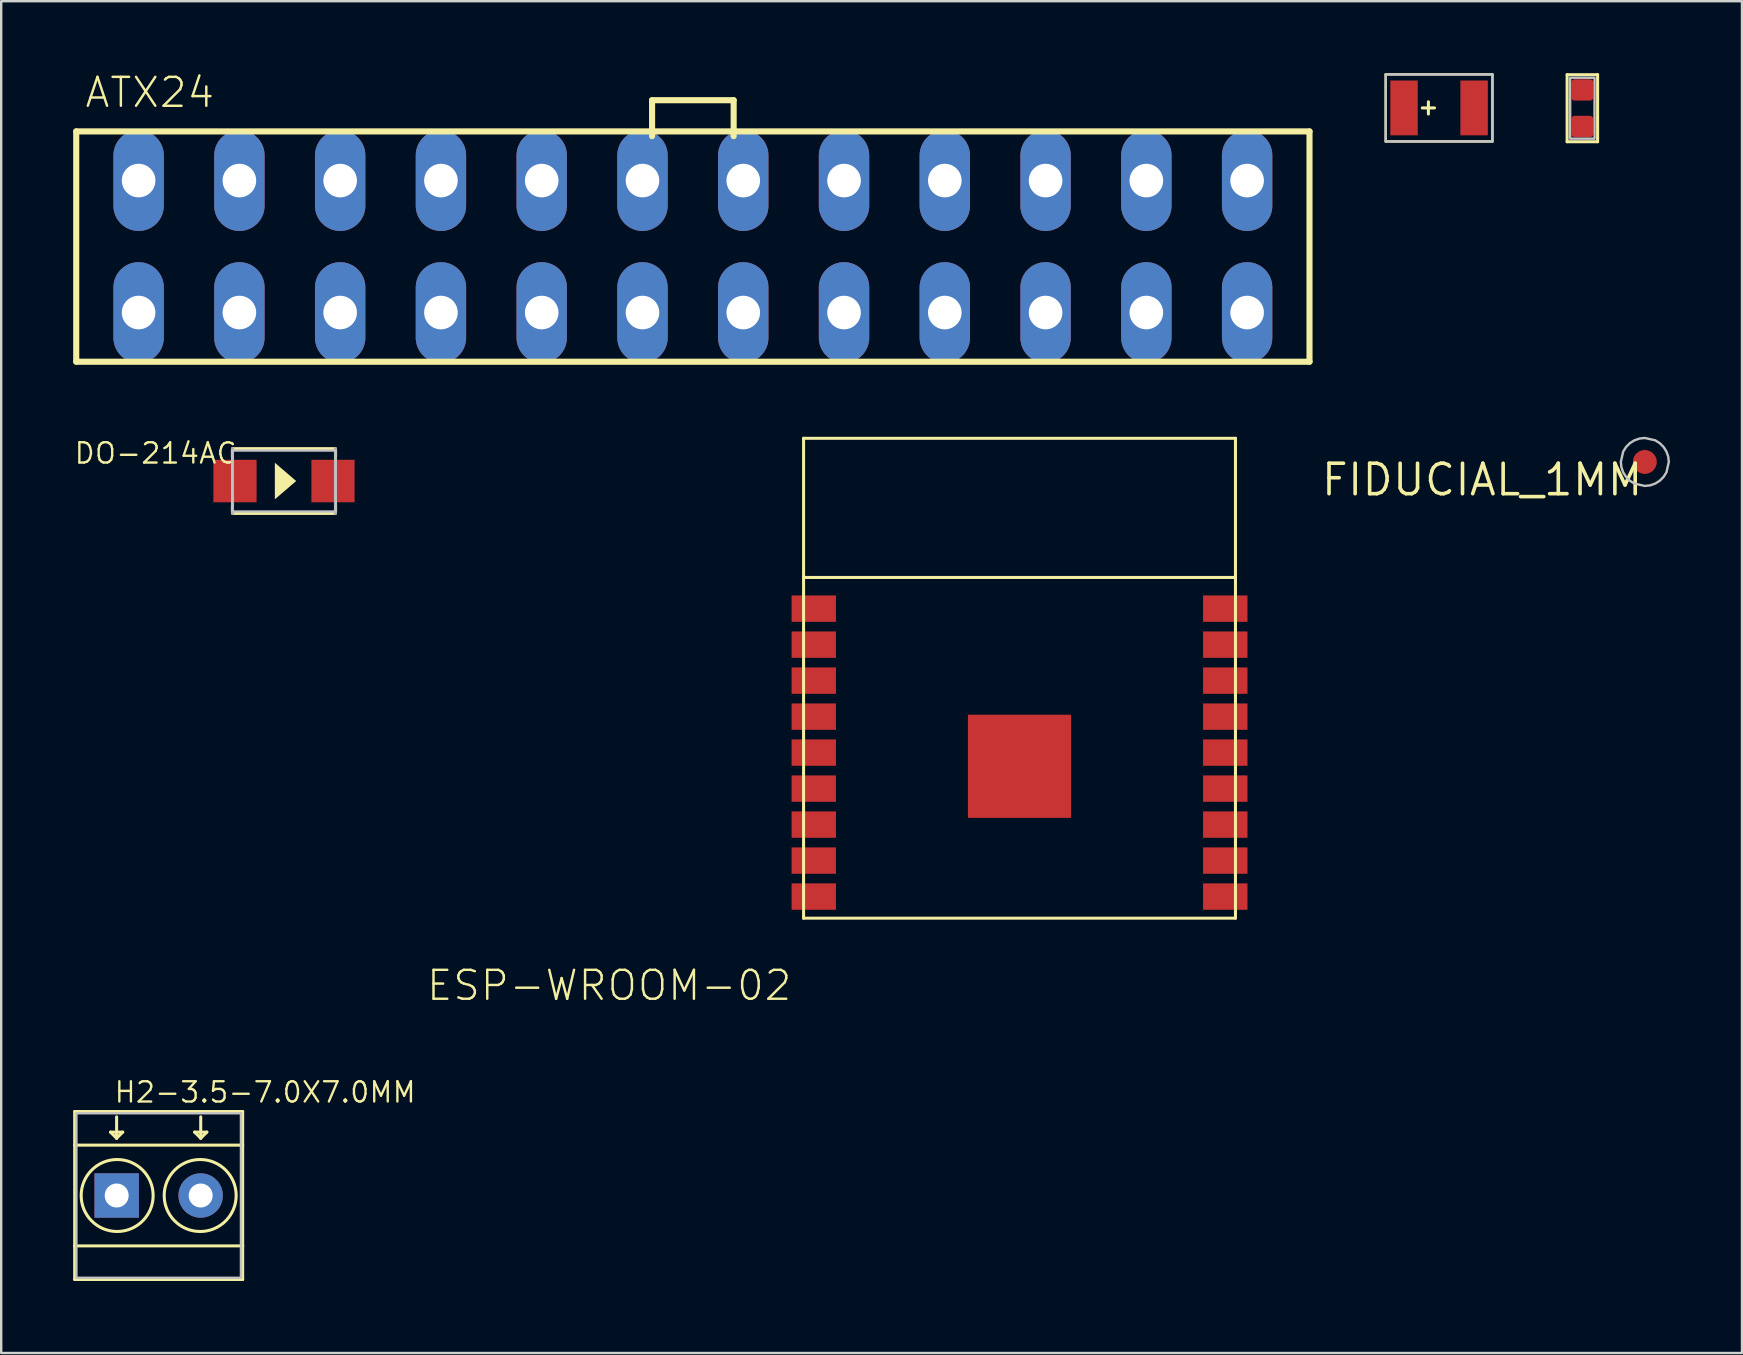
<source format=kicad_pcb>
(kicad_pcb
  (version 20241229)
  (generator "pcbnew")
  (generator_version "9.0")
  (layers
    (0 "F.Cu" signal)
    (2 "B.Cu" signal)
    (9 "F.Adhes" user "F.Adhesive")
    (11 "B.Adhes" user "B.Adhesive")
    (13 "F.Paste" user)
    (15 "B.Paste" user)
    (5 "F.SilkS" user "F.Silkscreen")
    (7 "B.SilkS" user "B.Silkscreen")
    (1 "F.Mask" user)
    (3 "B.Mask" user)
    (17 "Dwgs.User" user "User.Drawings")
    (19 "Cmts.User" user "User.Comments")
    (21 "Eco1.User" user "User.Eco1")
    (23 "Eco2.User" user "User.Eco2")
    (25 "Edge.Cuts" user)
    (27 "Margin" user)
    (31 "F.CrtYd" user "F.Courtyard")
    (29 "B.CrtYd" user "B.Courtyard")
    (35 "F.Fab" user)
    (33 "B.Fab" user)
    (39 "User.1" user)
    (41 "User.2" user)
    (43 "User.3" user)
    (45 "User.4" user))
  (footprint "AVX-B"
    (layer "F.Cu")
    (at 56.927 1.448)
    (property "Reference" "AVX-B" (at -0.635 0 180) (layer "F.Mask") (effects (font (size 0.386 0.386) (thickness 0.039)) (justify left bottom)))
    (attr through_hole)
    (fp_line (start -2.223 -1.397) (end 2.223 -1.397) (stroke (width 0.102) (type solid)) (layer "F.SilkS"))
    (fp_line (start -2.223 1.397) (end -2.223 -1.397) (stroke (width 0.102) (type solid)) (layer "F.SilkS"))
    (fp_line (start -0.699 0) (end -0.191 0) (stroke (width 0.127) (type solid)) (layer "F.SilkS"))
    (fp_line (start -0.445 0.254) (end -0.445 -0.254) (stroke (width 0.127) (type solid)) (layer "F.SilkS"))
    (fp_line (start 2.223 -1.397) (end 2.223 1.397) (stroke (width 0.102) (type solid)) (layer "F.SilkS"))
    (fp_line (start 2.223 1.397) (end -2.223 1.397) (stroke (width 0.102) (type solid)) (layer "F.SilkS"))
    (fp_poly (pts (xy -2.223 1.397) (xy 2.223 1.397) (xy 2.223 -1.397) (xy -2.223 -1.397)) (stroke (width 0.1) (type solid)) (fill no) (layer "Dwgs.User"))
    (pad "+" smd rect (at -1.46 0) (size 1.143 2.286) (layers "F.Cu" "F.Mask" "F.Paste"))
    (pad "-" smd rect (at 1.46 0 180) (size 1.143 2.286) (layers "F.Cu" "F.Mask" "F.Paste")))
  (footprint "ESP-WROOM-02"
    (layer "F.Cu")
    (at 39.441 35.217)
    (property "Reference" "ESP-WROOM-02" (at -9.425 2.1 0) (layer "F.SilkS") (effects (font (size 1.206 1.206) (thickness 0.102)) (justify right top)))
    (attr through_hole)
    (fp_line (start -9 -20) (end -9 -14.2) (stroke (width 0.127) (type solid)) (layer "F.SilkS"))
    (fp_line (start -9 -14.2) (end -9 0) (stroke (width 0.127) (type solid)) (layer "F.SilkS"))
    (fp_line (start -9 -14.2) (end 9 -14.2) (stroke (width 0.127) (type solid)) (layer "F.SilkS"))
    (fp_line (start -9 0) (end 9 0) (stroke (width 0.127) (type solid)) (layer "F.SilkS"))
    (fp_line (start 9 -20) (end -9 -20) (stroke (width 0.127) (type solid)) (layer "F.SilkS"))
    (fp_line (start 9 -14.2) (end 9 -20) (stroke (width 0.127) (type solid)) (layer "F.SilkS"))
    (fp_line (start 9 0) (end 9 -14.2) (stroke (width 0.127) (type solid)) (layer "F.SilkS"))
    (pad "P$1" smd rect (at -8.575 -12.9) (size 1.85 1.1) (layers "F.Cu" "F.Mask" "F.Paste"))
    (pad "P$2" smd rect (at -8.575 -11.4) (size 1.85 1.1) (layers "F.Cu" "F.Mask" "F.Paste"))
    (pad "P$3" smd rect (at -8.575 -9.9) (size 1.85 1.1) (layers "F.Cu" "F.Mask" "F.Paste"))
    (pad "P$4" smd rect (at -8.575 -8.4) (size 1.85 1.1) (layers "F.Cu" "F.Mask" "F.Paste"))
    (pad "P$5" smd rect (at -8.575 -6.9) (size 1.85 1.1) (layers "F.Cu" "F.Mask" "F.Paste"))
    (pad "P$6" smd rect (at -8.575 -5.4) (size 1.85 1.1) (layers "F.Cu" "F.Mask" "F.Paste"))
    (pad "P$7" smd rect (at -8.575 -3.9) (size 1.85 1.1) (layers "F.Cu" "F.Mask" "F.Paste"))
    (pad "P$8" smd rect (at -8.575 -2.4) (size 1.85 1.1) (layers "F.Cu" "F.Mask" "F.Paste"))
    (pad "P$9" smd rect (at -8.575 -0.9) (size 1.85 1.1) (layers "F.Cu" "F.Mask" "F.Paste"))
    (pad "P$10" smd rect (at 8.575 -0.9) (size 1.85 1.1) (layers "F.Cu" "F.Mask" "F.Paste"))
    (pad "P$11" smd rect (at 8.575 -2.4) (size 1.85 1.1) (layers "F.Cu" "F.Mask" "F.Paste"))
    (pad "P$12" smd rect (at 8.575 -3.9) (size 1.85 1.1) (layers "F.Cu" "F.Mask" "F.Paste"))
    (pad "P$13" smd rect (at 8.575 -5.4) (size 1.85 1.1) (layers "F.Cu" "F.Mask" "F.Paste"))
    (pad "P$14" smd rect (at 8.575 -6.9) (size 1.85 1.1) (layers "F.Cu" "F.Mask" "F.Paste"))
    (pad "P$15" smd rect (at 8.575 -8.4) (size 1.85 1.1) (layers "F.Cu" "F.Mask" "F.Paste"))
    (pad "P$16" smd rect (at 8.575 -9.9) (size 1.85 1.1) (layers "F.Cu" "F.Mask" "F.Paste"))
    (pad "P$17" smd rect (at 8.575 -11.4) (size 1.85 1.1) (layers "F.Cu" "F.Mask" "F.Paste"))
    (pad "P$18" smd rect (at 8.575 -12.9) (size 1.85 1.1) (layers "F.Cu" "F.Mask" "F.Paste"))
    (pad "P$19" smd rect (at 0 -6.33) (size 4.3 4.3) (layers "F.Cu" "F.Mask" "F.Paste")))
  (footprint "C0603"
    (layer "F.Cu")
    (at 62.899 1.46)
    (property "Reference" "C0603" (at -0.254 -1.27 270) (layer "F.Mask") (effects (font (size 0.603 0.603) (thickness 0.06)) (justify right top)))
    (attr through_hole)
    (fp_line (start -0.635 -1.397) (end 0.635 -1.397) (stroke (width 0.127) (type solid)) (layer "F.SilkS"))
    (fp_line (start -0.635 1.397) (end -0.635 -1.397) (stroke (width 0.127) (type solid)) (layer "F.SilkS"))
    (fp_line (start 0.635 -1.397) (end 0.635 1.397) (stroke (width 0.127) (type solid)) (layer "F.SilkS"))
    (fp_line (start 0.635 1.397) (end -0.635 1.397) (stroke (width 0.127) (type solid)) (layer "F.SilkS"))
    (fp_poly (pts (xy -0.508 -1.27) (xy -0.508 1.27) (xy 0.508 1.27) (xy 0.508 -1.27)) (stroke (width 0.1) (type solid)) (fill no) (layer "Dwgs.User"))
    (pad "1" smd roundrect (at 0 -0.762 270) (size 0.889 0.889) (layers "F.Cu" "F.Mask" "F.Paste") (roundrect_rratio 0.125))
    (pad "2" smd roundrect (at 0 0.762 270) (size 0.889 0.889) (layers "F.Cu" "F.Mask" "F.Paste") (roundrect_rratio 0.125)))
  (footprint "FIDUCIAL_1MM"
    (layer "F.Cu")
    (at 65.502 16.203)
    (property "Reference" "FIDUCIAL_1MM" (at 0 0 0) (layer "F.SilkS") (effects (font (size 1.27 1.27) (thickness 0.15)) (justify right top)))
    (attr through_hole)
    (fp_poly (pts (xy -1 0) (xy -0.975 0.223) (xy -0.901 0.434) (xy -0.782 0.623) (xy -0.623 0.782) (xy -0.434 0.901) (xy 0 1) (xy 0.223 0.975) (xy 0.434 0.901) (xy 0.623 0.782) (xy 0.782 0.623) (xy 0.901 0.434) (xy 1 0) (xy 0.975 -0.223) (xy 0.901 -0.434) (xy 0.782 -0.623) (xy 0.623 -0.782) (xy 0.434 -0.901) (xy 0 -1) (xy -0.223 -0.975) (xy -0.434 -0.901) (xy -0.623 -0.782) (xy -0.782 -0.623) (xy -0.901 -0.434)) (stroke (width 0) (type solid)) (fill yes) (layer "F.Mask"))
    (fp_poly (pts (xy -1 0) (xy -0.975 0.223) (xy -0.901 0.434) (xy -0.782 0.623) (xy -0.623 0.782) (xy -0.434 0.901) (xy 0 1) (xy 0.223 0.975) (xy 0.434 0.901) (xy 0.623 0.782) (xy 0.782 0.623) (xy 0.901 0.434) (xy 1 0) (xy 0.975 -0.223) (xy 0.901 -0.434) (xy 0.782 -0.623) (xy 0.623 -0.782) (xy 0.434 -0.901) (xy 0 -1) (xy -0.223 -0.975) (xy -0.434 -0.901) (xy -0.623 -0.782) (xy -0.782 -0.623) (xy -0.901 -0.434)) (stroke (width 0.1) (type solid)) (fill no) (layer "Dwgs.User"))
    (pad "1" smd roundrect (at 0 0) (size 1 1) (layers "F.Cu" "F.Mask") (roundrect_rratio 0.5)))
  (footprint "H2-3.5-7.0X7.0MM"
    (layer "F.Cu")
    (at 3.563 46.776)
    (property "Reference" "H2-3.5-7.0X7.0MM" (at -1.905 -3.81 0) (layer "F.SilkS") (effects (font (size 0.845 0.845) (thickness 0.098)) (justify left bottom)))
    (attr through_hole)
    (fp_line (start -3.5 -3.5) (end 3.5 -3.5) (stroke (width 0.127) (type solid)) (layer "F.SilkS"))
    (fp_line (start -3.5 -2.1) (end -3.5 -3.5) (stroke (width 0.127) (type solid)) (layer "F.SilkS"))
    (fp_line (start -3.5 -2.1) (end 3.5 -2.1) (stroke (width 0.127) (type solid)) (layer "F.SilkS"))
    (fp_line (start -3.5 2.1) (end -3.5 -2.1) (stroke (width 0.127) (type solid)) (layer "F.SilkS"))
    (fp_line (start -3.5 2.1) (end 3.5 2.1) (stroke (width 0.127) (type solid)) (layer "F.SilkS"))
    (fp_line (start -3.5 3.5) (end -3.5 2.1) (stroke (width 0.127) (type solid)) (layer "F.SilkS"))
    (fp_line (start -2.007 -2.642) (end -1.753 -2.388) (stroke (width 0.127) (type solid)) (layer "F.SilkS"))
    (fp_line (start -1.753 -3.277) (end -1.753 -2.388) (stroke (width 0.127) (type solid)) (layer "F.SilkS"))
    (fp_line (start -1.753 -2.388) (end -1.499 -2.642) (stroke (width 0.127) (type solid)) (layer "F.SilkS"))
    (fp_line (start -1.499 -2.642) (end -2.007 -2.642) (stroke (width 0.127) (type solid)) (layer "F.SilkS"))
    (fp_line (start 1.499 -2.642) (end 1.753 -2.388) (stroke (width 0.127) (type solid)) (layer "F.SilkS"))
    (fp_line (start 1.753 -3.277) (end 1.753 -2.388) (stroke (width 0.127) (type solid)) (layer "F.SilkS"))
    (fp_line (start 1.753 -2.388) (end 2.007 -2.642) (stroke (width 0.127) (type solid)) (layer "F.SilkS"))
    (fp_line (start 2.007 -2.642) (end 1.499 -2.642) (stroke (width 0.127) (type solid)) (layer "F.SilkS"))
    (fp_line (start 3.5 -3.5) (end 3.5 -2.1) (stroke (width 0.127) (type solid)) (layer "F.SilkS"))
    (fp_line (start 3.5 -2.1) (end 3.5 2.1) (stroke (width 0.127) (type solid)) (layer "F.SilkS"))
    (fp_line (start 3.5 2.1) (end 3.5 3.5) (stroke (width 0.127) (type solid)) (layer "F.SilkS"))
    (fp_line (start 3.5 3.5) (end -3.5 3.5) (stroke (width 0.127) (type solid)) (layer "F.SilkS"))
    (fp_circle (center -1.73 0) (end -0.23 0) (stroke (width 0.127) (type solid)) (fill no) (layer "F.SilkS"))
    (fp_circle (center 1.73 0) (end 3.23 0) (stroke (width 0.127) (type solid)) (fill no) (layer "F.SilkS"))
    (fp_poly (pts (xy -3.429 3.429) (xy 3.429 3.429) (xy 3.429 -3.429) (xy -3.429 -3.429)) (stroke (width 0.1) (type solid)) (fill no) (layer "Dwgs.User"))
    (pad "1" thru_hole rect (at -1.75 0) (size 1.85 1.85) (drill 1) (layers "*.Cu" "*.Mask"))
    (pad "2" thru_hole circle (at 1.75 0) (size 1.85 1.85) (drill 1) (layers "*.Cu" "*.Mask")))
  (footprint "ATX24"
    (layer "F.Cu")
    (at 25.827 7.226)
    (property "Reference" "ATX24" (at -25.4 -5.715 0) (layer "F.SilkS") (effects (font (size 1.206 1.206) (thickness 0.102)) (justify left bottom)))
    (attr through_hole)
    (fp_line (start -25.7 -4.8) (end 25.7 -4.8) (stroke (width 0.254) (type solid)) (layer "F.SilkS"))
    (fp_line (start -25.7 4.8) (end -25.7 -4.8) (stroke (width 0.254) (type solid)) (layer "F.SilkS"))
    (fp_line (start -1.7 -6.1) (end -1.7 -4.6) (stroke (width 0.254) (type solid)) (layer "F.SilkS"))
    (fp_line (start -1.7 -6.1) (end 1.7 -6.1) (stroke (width 0.254) (type solid)) (layer "F.SilkS"))
    (fp_line (start 1.7 -6.1) (end 1.7 -4.6) (stroke (width 0.254) (type solid)) (layer "F.SilkS"))
    (fp_line (start 25.7 -4.8) (end 25.7 4.8) (stroke (width 0.254) (type solid)) (layer "F.SilkS"))
    (fp_line (start 25.7 4.8) (end -25.7 4.8) (stroke (width 0.254) (type solid)) (layer "F.SilkS"))
    (pad "1" thru_hole oval (at 23.1 2.75 90) (size 4.2 2.1) (drill 1.4) (layers "*.Cu" "*.Mask"))
    (pad "2" thru_hole oval (at 18.9 2.75 90) (size 4.2 2.1) (drill 1.4) (layers "*.Cu" "*.Mask"))
    (pad "3" thru_hole oval (at 14.7 2.75 90) (size 4.2 2.1) (drill 1.4) (layers "*.Cu" "*.Mask"))
    (pad "4" thru_hole oval (at 10.5 2.75 90) (size 4.2 2.1) (drill 1.4) (layers "*.Cu" "*.Mask"))
    (pad "5" thru_hole oval (at 6.3 2.75 90) (size 4.2 2.1) (drill 1.4) (layers "*.Cu" "*.Mask"))
    (pad "6" thru_hole oval (at 2.1 2.75 90) (size 4.2 2.1) (drill 1.4) (layers "*.Cu" "*.Mask"))
    (pad "7" thru_hole oval (at -2.1 2.75 90) (size 4.2 2.1) (drill 1.4) (layers "*.Cu" "*.Mask"))
    (pad "8" thru_hole oval (at -6.3 2.75 90) (size 4.2 2.1) (drill 1.4) (layers "*.Cu" "*.Mask"))
    (pad "9" thru_hole oval (at -10.5 2.75 90) (size 4.2 2.1) (drill 1.4) (layers "*.Cu" "*.Mask"))
    (pad "10" thru_hole oval (at -14.7 2.75 90) (size 4.2 2.1) (drill 1.4) (layers "*.Cu" "*.Mask"))
    (pad "11" thru_hole oval (at -18.9 2.75 90) (size 4.2 2.1) (drill 1.4) (layers "*.Cu" "*.Mask"))
    (pad "12" thru_hole oval (at -23.1 2.75 90) (size 4.2 2.1) (drill 1.4) (layers "*.Cu" "*.Mask"))
    (pad "13" thru_hole oval (at 23.1 -2.75 90) (size 4.2 2.1) (drill 1.4) (layers "*.Cu" "*.Mask"))
    (pad "14" thru_hole oval (at 18.9 -2.75 90) (size 4.2 2.1) (drill 1.4) (layers "*.Cu" "*.Mask"))
    (pad "15" thru_hole oval (at 14.7 -2.75 90) (size 4.2 2.1) (drill 1.4) (layers "*.Cu" "*.Mask"))
    (pad "16" thru_hole oval (at 10.5 -2.75 90) (size 4.2 2.1) (drill 1.4) (layers "*.Cu" "*.Mask"))
    (pad "17" thru_hole oval (at 6.3 -2.75 90) (size 4.2 2.1) (drill 1.4) (layers "*.Cu" "*.Mask"))
    (pad "18" thru_hole oval (at 2.1 -2.75 90) (size 4.2 2.1) (drill 1.4) (layers "*.Cu" "*.Mask"))
    (pad "19" thru_hole oval (at -2.1 -2.75 90) (size 4.2 2.1) (drill 1.4) (layers "*.Cu" "*.Mask"))
    (pad "20" thru_hole oval (at -6.3 -2.75 90) (size 4.2 2.1) (drill 1.4) (layers "*.Cu" "*.Mask"))
    (pad "21" thru_hole oval (at -10.5 -2.75 90) (size 4.2 2.1) (drill 1.4) (layers "*.Cu" "*.Mask"))
    (pad "22" thru_hole oval (at -14.7 -2.75 90) (size 4.2 2.1) (drill 1.4) (layers "*.Cu" "*.Mask"))
    (pad "23" thru_hole oval (at -18.9 -2.75 90) (size 4.2 2.1) (drill 1.4) (layers "*.Cu" "*.Mask"))
    (pad "24" thru_hole oval (at -23.1 -2.75 90) (size 4.2 2.1) (drill 1.4) (layers "*.Cu" "*.Mask")))
  (footprint "DO-214AC"
    (layer "F.Cu")
    (at 8.786 16.998)
    (property "Reference" "DO-214AC" (at -1.905 -1.651 0) (layer "F.SilkS") (effects (font (size 0.845 0.845) (thickness 0.098)) (justify right top)))
    (attr through_hole)
    (fp_line (start -2.15 -1.3) (end -2.15 -1) (stroke (width 0.127) (type solid)) (layer "F.SilkS"))
    (fp_line (start -2.15 1.3) (end -2.15 1) (stroke (width 0.127) (type solid)) (layer "F.SilkS"))
    (fp_line (start -2.145 -1.35) (end 2.145 -1.35) (stroke (width 0.127) (type solid)) (layer "F.SilkS"))
    (fp_line (start 2.145 1.35) (end -2.145 1.35) (stroke (width 0.127) (type solid)) (layer "F.SilkS"))
    (fp_line (start 2.15 -1.3) (end 2.15 -1) (stroke (width 0.127) (type solid)) (layer "F.SilkS"))
    (fp_line (start 2.15 1.3) (end 2.15 1) (stroke (width 0.127) (type solid)) (layer "F.SilkS"))
    (fp_poly (pts (xy -0.381 -0.762) (xy 0.508 0) (xy -0.381 0.762)) (stroke (width 0) (type solid)) (fill yes) (layer "F.SilkS"))
    (fp_poly (pts (xy -2.159 1.27) (xy 2.159 1.27) (xy 2.159 -1.27) (xy -2.159 -1.27)) (stroke (width 0.1) (type solid)) (fill no) (layer "Dwgs.User"))
    (fp_line (start -2.145 1.35) (end -2.145 -1.35) (stroke (width 0.127) (type solid)) (layer "F.Fab"))
    (fp_line (start 2.145 -1.35) (end 2.145 1.35) (stroke (width 0.127) (type solid)) (layer "F.Fab"))
    (pad "1" smd rect (at -2.042 0 90) (size 1.77 1.8) (layers "F.Cu" "F.Mask" "F.Paste"))
    (pad "2" smd rect (at 2.042 0 90) (size 1.77 1.8) (layers "F.Cu" "F.Mask" "F.Paste")))
  (gr_rect
    (start -3 -3)
    (end 69.552 53.34)
    (stroke (width 0.1) (type default))
    (fill no)
    (layer "Edge.Cuts")))
</source>
